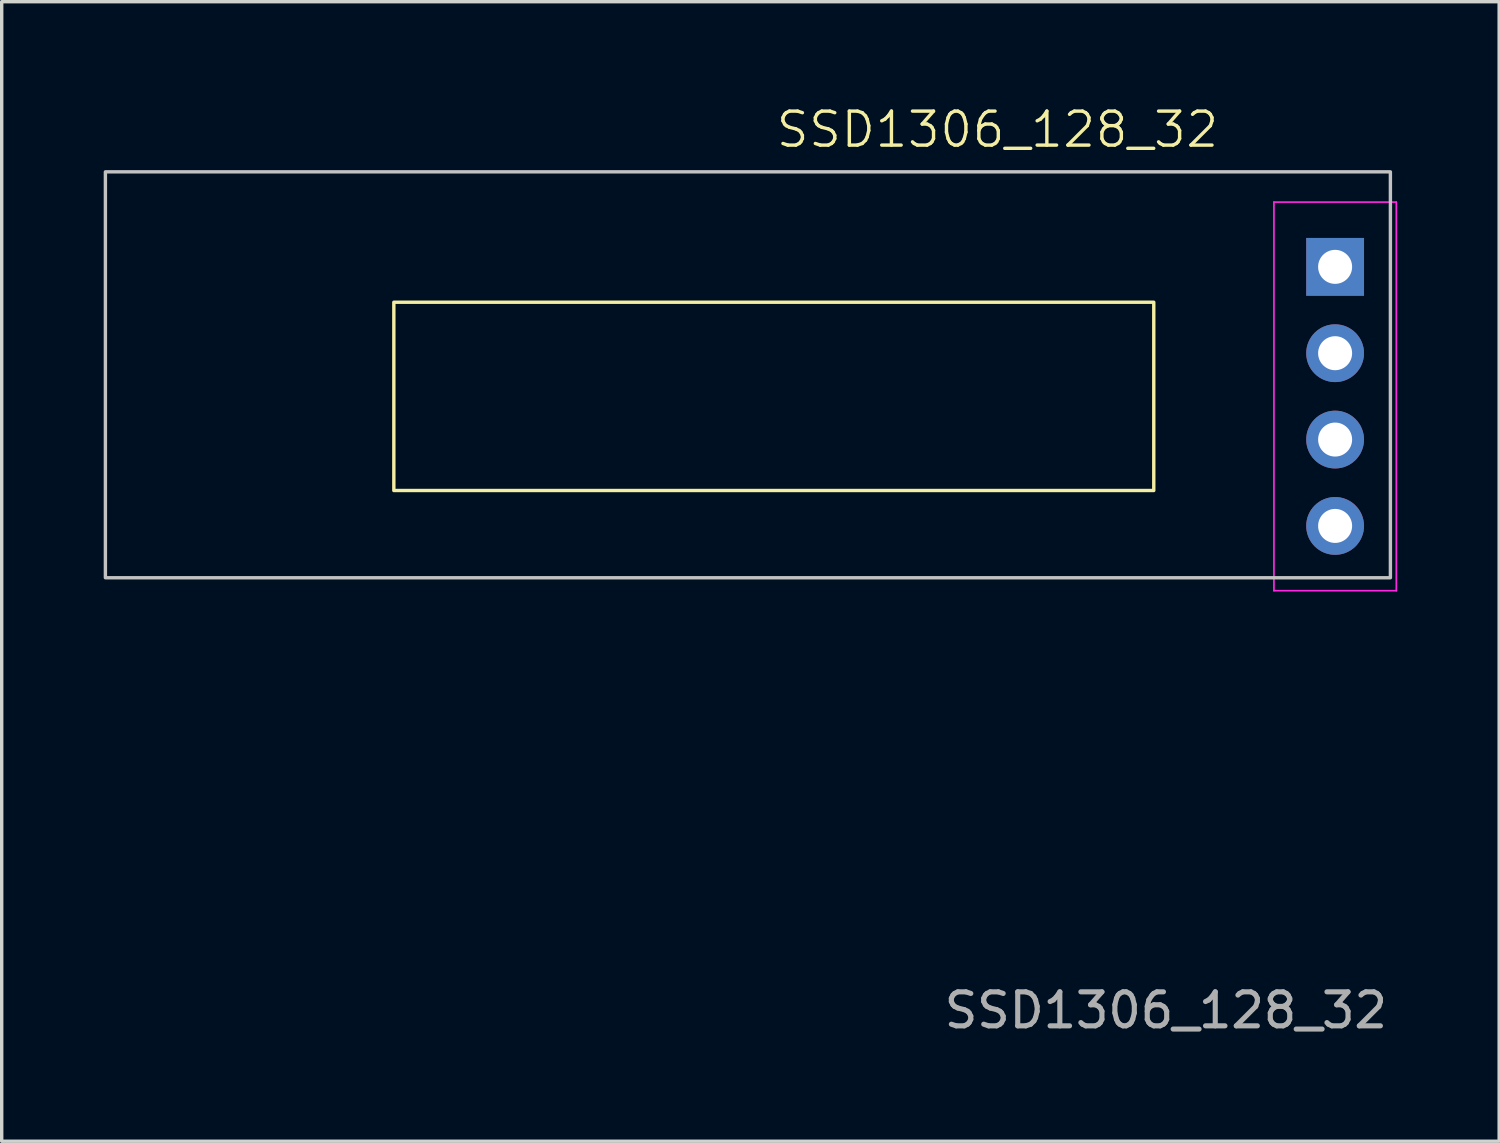
<source format=kicad_pcb>
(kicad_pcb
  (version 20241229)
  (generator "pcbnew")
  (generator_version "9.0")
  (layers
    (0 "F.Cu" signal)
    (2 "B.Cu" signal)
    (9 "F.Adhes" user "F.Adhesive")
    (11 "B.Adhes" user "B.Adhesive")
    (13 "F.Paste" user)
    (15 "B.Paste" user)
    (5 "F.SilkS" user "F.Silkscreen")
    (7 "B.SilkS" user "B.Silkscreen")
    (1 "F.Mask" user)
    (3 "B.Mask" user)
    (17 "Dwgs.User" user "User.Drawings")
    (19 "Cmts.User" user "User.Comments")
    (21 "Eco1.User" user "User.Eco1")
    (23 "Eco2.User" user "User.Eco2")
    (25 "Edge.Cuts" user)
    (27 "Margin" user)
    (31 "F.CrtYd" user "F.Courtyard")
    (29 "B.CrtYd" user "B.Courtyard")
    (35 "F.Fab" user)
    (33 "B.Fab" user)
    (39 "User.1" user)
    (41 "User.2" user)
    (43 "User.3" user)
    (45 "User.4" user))
  (footprint "SSD1306_128_32"
    (layer "F.Cu")
    (at 19.71 8.609)
    (property "Reference" "SSD1306_128_32" (at 6.579 -7.849 0) (unlocked yes) (layer "F.SilkS") (effects (font (size 1 1) (thickness 0.1))))
    (attr smd)
    (fp_rect (start -11.176 -2.769) (end 11.176 2.769) (stroke (width 0.1) (type default)) (fill no) (layer "F.SilkS"))
    (fp_rect (start -19.66 -6.604) (end 18.136 5.334) (stroke (width 0.1) (type default)) (fill no) (layer "Dwgs.User"))
    (fp_line (start 14.71 -5.715) (end 14.71 5.715) (stroke (width 0.05) (type solid)) (layer "F.CrtYd"))
    (fp_line (start 14.71 5.715) (end 18.31 5.715) (stroke (width 0.05) (type solid)) (layer "F.CrtYd"))
    (fp_line (start 18.31 -5.715) (end 14.71 -5.715) (stroke (width 0.05) (type solid)) (layer "F.CrtYd"))
    (fp_line (start 18.31 5.715) (end 18.31 -5.715) (stroke (width 0.05) (type solid)) (layer "F.CrtYd"))
    (fp_line (start -19.66 -0.203) (end -11.176 -0.203) (stroke (width 0.1) (type default)) (layer "User.2"))
    (fp_line (start -4.013 5.334) (end -4.013 2.769) (stroke (width 0.1) (type default)) (layer "User.2"))
    (fp_line (start -3.505 -6.604) (end -3.505 -2.769) (stroke (width 0.1) (type default)) (layer "User.2"))
    (fp_line (start 11.176 0.152) (end 18.136 0.152) (stroke (width 0.1) (type default)) (layer "User.2"))
    (fp_line (start -11.176 -2.769) (end 11.176 2.769) (stroke (width 0.1) (type default)) (layer "User.4"))
    (fp_line (start 11.176 -2.769) (end -11.176 2.769) (stroke (width 0.1) (type default)) (layer "User.4"))
    (fp_text user "${REFERENCE}" (at 11.532 18.059 0) (unlocked yes) (layer "F.Fab") (effects (font (size 1 1) (thickness 0.15))))
    (fp_text user "VCC" (at 11.43 -1.27 0) (unlocked yes) (layer "User.3") (effects (font (size 1 1) (thickness 0.15)) (justify left bottom)))
    (fp_text user "GND" (at 11.43 -3.785 0) (unlocked yes) (layer "User.3") (effects (font (size 1 1) (thickness 0.15)) (justify left bottom)))
    (fp_text user "SCL" (at 11.43 1.27 0) (unlocked yes) (layer "User.3") (effects (font (size 1 1) (thickness 0.15)) (justify left bottom)))
    (fp_text user "SDA" (at 11.43 3.81 0) (unlocked yes) (layer "User.3") (effects (font (size 1 1) (thickness 0.15)) (justify left bottom)))
    (pad "1" thru_hole rect (at 16.51 -3.81) (size 1.7 1.7) (drill 1) (layers "*.Cu" "*.Mask"))
    (pad "2" thru_hole circle (at 16.51 -1.27) (size 1.7 1.7) (drill 1) (layers "*.Cu" "*.Mask"))
    (pad "3" thru_hole circle (at 16.51 1.27) (size 1.7 1.7) (drill 1) (layers "*.Cu" "*.Mask"))
    (pad "4" thru_hole circle (at 16.51 3.81) (size 1.7 1.7) (drill 1) (layers "*.Cu" "*.Mask")))
  (gr_rect
    (start -3 -3)
    (end 41.045 30.517)
    (stroke (width 0.1) (type default))
    (fill no)
    (layer "Edge.Cuts")))
</source>
